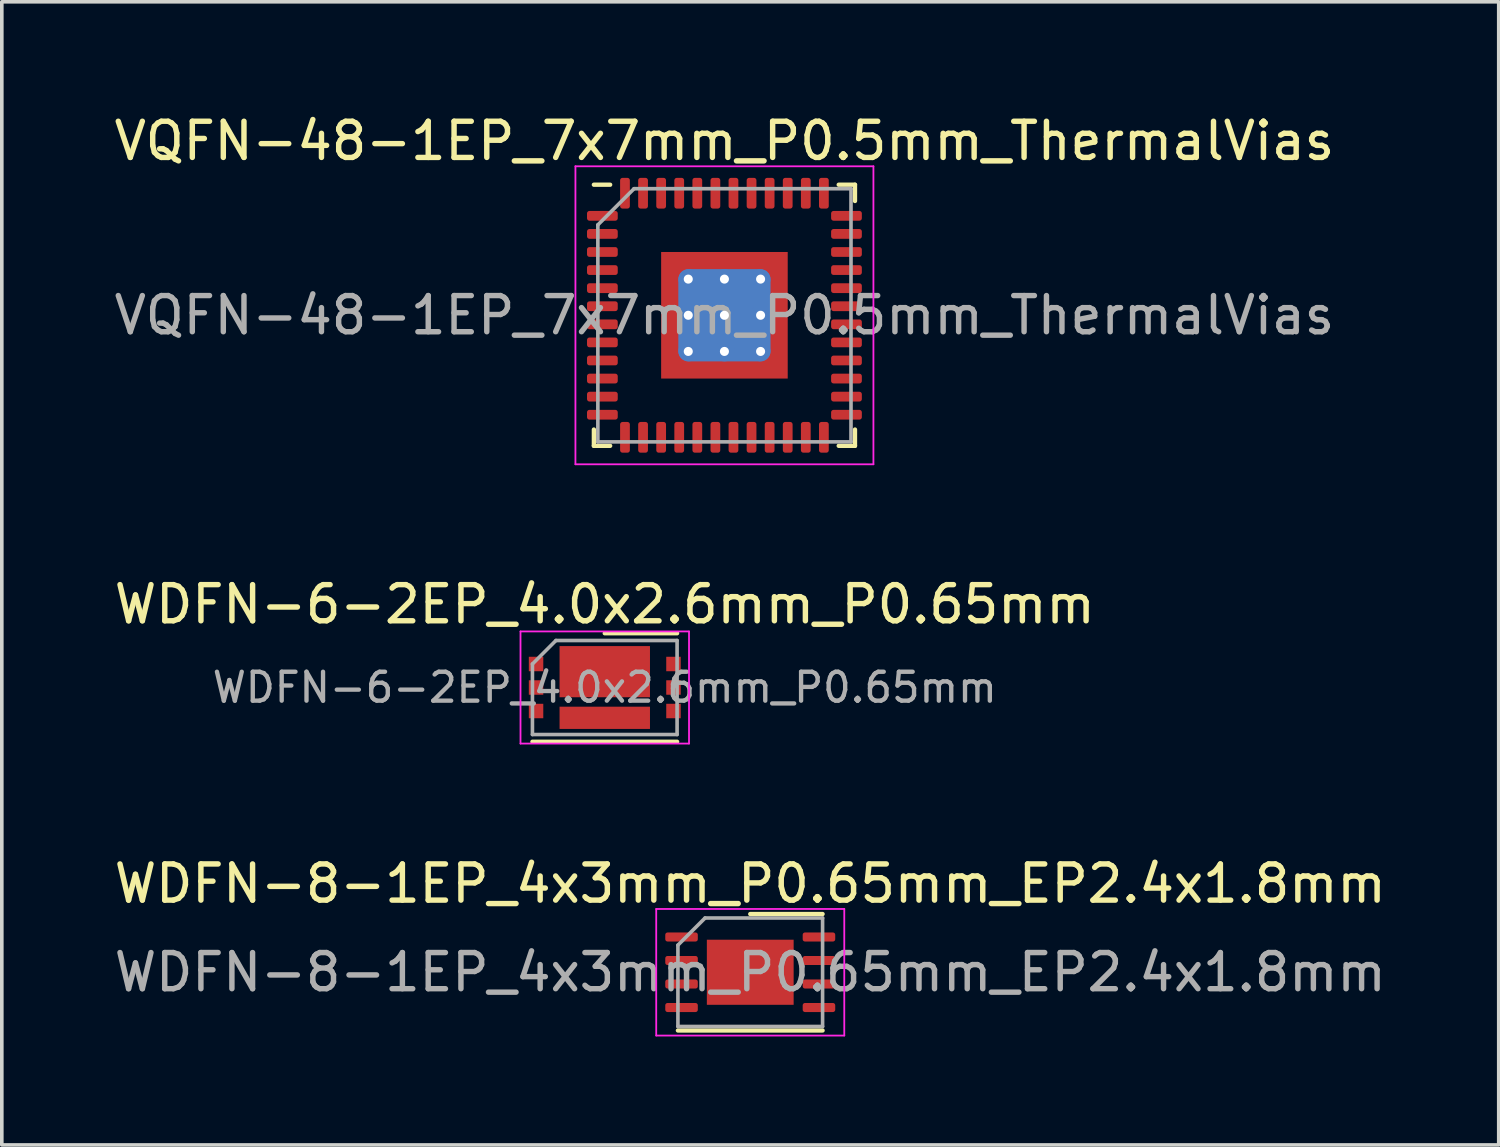
<source format=kicad_pcb>
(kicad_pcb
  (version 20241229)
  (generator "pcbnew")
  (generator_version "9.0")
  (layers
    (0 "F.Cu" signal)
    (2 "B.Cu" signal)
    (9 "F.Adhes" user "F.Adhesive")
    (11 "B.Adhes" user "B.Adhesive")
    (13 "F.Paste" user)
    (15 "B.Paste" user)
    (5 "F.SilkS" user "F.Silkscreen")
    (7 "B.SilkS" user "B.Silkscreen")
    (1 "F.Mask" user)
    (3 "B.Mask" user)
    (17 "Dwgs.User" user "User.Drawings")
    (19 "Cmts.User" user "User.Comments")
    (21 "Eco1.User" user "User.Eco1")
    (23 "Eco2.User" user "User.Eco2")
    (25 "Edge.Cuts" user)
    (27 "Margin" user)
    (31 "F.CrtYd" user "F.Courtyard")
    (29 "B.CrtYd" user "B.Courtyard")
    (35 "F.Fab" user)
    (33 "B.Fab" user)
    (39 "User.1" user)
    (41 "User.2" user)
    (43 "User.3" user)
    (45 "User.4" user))
  (footprint "WDFN-8-1EP_4x3mm_P0.65mm_EP2.4x1.8mm"
    (layer "F.Cu")
    (at 17.696 23.835)
    (property "Reference" "WDFN-8-1EP_4x3mm_P0.65mm_EP2.4x1.8mm" (at 0 -2.45 0) (layer "F.SilkS") (effects (font (size 1 1) (thickness 0.15))))
    (attr smd)
    (fp_line (start -2 1.61) (end 2 1.61) (stroke (width 0.12) (type solid)) (layer "F.SilkS"))
    (fp_line (start 0 -1.61) (end 2 -1.61) (stroke (width 0.12) (type solid)) (layer "F.SilkS"))
    (fp_line (start -2.6 -1.75) (end -2.6 1.75) (stroke (width 0.05) (type solid)) (layer "F.CrtYd"))
    (fp_line (start -2.6 1.75) (end 2.6 1.75) (stroke (width 0.05) (type solid)) (layer "F.CrtYd"))
    (fp_line (start 2.6 -1.75) (end -2.6 -1.75) (stroke (width 0.05) (type solid)) (layer "F.CrtYd"))
    (fp_line (start 2.6 1.75) (end 2.6 -1.75) (stroke (width 0.05) (type solid)) (layer "F.CrtYd"))
    (fp_line (start -2 -0.75) (end -1.25 -1.5) (stroke (width 0.1) (type solid)) (layer "F.Fab"))
    (fp_line (start -2 1.5) (end -2 -0.75) (stroke (width 0.1) (type solid)) (layer "F.Fab"))
    (fp_line (start -1.25 -1.5) (end 2 -1.5) (stroke (width 0.1) (type solid)) (layer "F.Fab"))
    (fp_line (start 2 -1.5) (end 2 1.5) (stroke (width 0.1) (type solid)) (layer "F.Fab"))
    (fp_line (start 2 1.5) (end -2 1.5) (stroke (width 0.1) (type solid)) (layer "F.Fab"))
    (fp_text user "${REFERENCE}" (at 0 0 0) (layer "F.Fab") (effects (font (size 1 1) (thickness 0.15))))
    (pad "" smd roundrect (at -0.6 -0.45) (size 0.97 0.73) (layers "F.Paste") (roundrect_rratio 0.25))
    (pad "" smd roundrect (at -0.6 0.45) (size 0.97 0.73) (layers "F.Paste") (roundrect_rratio 0.25))
    (pad "" smd roundrect (at 0.6 -0.45) (size 0.97 0.73) (layers "F.Paste") (roundrect_rratio 0.25))
    (pad "" smd roundrect (at 0.6 0.45) (size 0.97 0.73) (layers "F.Paste") (roundrect_rratio 0.25))
    (pad "1" smd roundrect (at -1.9 -0.975) (size 0.9 0.25) (layers "F.Cu" "F.Mask" "F.Paste") (roundrect_rratio 0.25))
    (pad "2" smd roundrect (at -1.9 -0.325) (size 0.9 0.25) (layers "F.Cu" "F.Mask" "F.Paste") (roundrect_rratio 0.25))
    (pad "3" smd roundrect (at -1.9 0.325) (size 0.9 0.25) (layers "F.Cu" "F.Mask" "F.Paste") (roundrect_rratio 0.25))
    (pad "4" smd roundrect (at -1.9 0.975) (size 0.9 0.25) (layers "F.Cu" "F.Mask" "F.Paste") (roundrect_rratio 0.25))
    (pad "5" smd roundrect (at 1.9 0.975) (size 0.9 0.25) (layers "F.Cu" "F.Mask" "F.Paste") (roundrect_rratio 0.25))
    (pad "6" smd roundrect (at 1.9 0.325) (size 0.9 0.25) (layers "F.Cu" "F.Mask" "F.Paste") (roundrect_rratio 0.25))
    (pad "7" smd roundrect (at 1.9 -0.325) (size 0.9 0.25) (layers "F.Cu" "F.Mask" "F.Paste") (roundrect_rratio 0.25))
    (pad "8" smd roundrect (at 1.9 -0.975) (size 0.9 0.25) (layers "F.Cu" "F.Mask" "F.Paste") (roundrect_rratio 0.25))
    (pad "9" smd rect (at 0 0) (size 2.4 1.8) (layers "F.Cu" "F.Mask")))
  (footprint "VQFN-48-1EP_7x7mm_P0.5mm_ThermalVias"
    (layer "F.Cu")
    (at 16.982 5.668)
    (property "Reference" "VQFN-48-1EP_7x7mm_P0.5mm_ThermalVias" (at 0 -4.82 0) (layer "F.SilkS") (effects (font (size 1 1) (thickness 0.15))))
    (attr smd)
    (fp_line (start -3.61 3.61) (end -3.61 3.16) (stroke (width 0.12) (type solid)) (layer "F.SilkS"))
    (fp_line (start -3.16 -3.61) (end -3.61 -3.61) (stroke (width 0.12) (type solid)) (layer "F.SilkS"))
    (fp_line (start -3.16 3.61) (end -3.61 3.61) (stroke (width 0.12) (type solid)) (layer "F.SilkS"))
    (fp_line (start 3.16 -3.61) (end 3.61 -3.61) (stroke (width 0.12) (type solid)) (layer "F.SilkS"))
    (fp_line (start 3.16 3.61) (end 3.61 3.61) (stroke (width 0.12) (type solid)) (layer "F.SilkS"))
    (fp_line (start 3.61 -3.61) (end 3.61 -3.16) (stroke (width 0.12) (type solid)) (layer "F.SilkS"))
    (fp_line (start 3.61 3.61) (end 3.61 3.16) (stroke (width 0.12) (type solid)) (layer "F.SilkS"))
    (fp_line (start -4.12 -4.12) (end -4.12 4.12) (stroke (width 0.05) (type solid)) (layer "F.CrtYd"))
    (fp_line (start -4.12 4.12) (end 4.12 4.12) (stroke (width 0.05) (type solid)) (layer "F.CrtYd"))
    (fp_line (start 4.12 -4.12) (end -4.12 -4.12) (stroke (width 0.05) (type solid)) (layer "F.CrtYd"))
    (fp_line (start 4.12 4.12) (end 4.12 -4.12) (stroke (width 0.05) (type solid)) (layer "F.CrtYd"))
    (fp_line (start -3.5 -2.5) (end -2.5 -3.5) (stroke (width 0.1) (type solid)) (layer "F.Fab"))
    (fp_line (start -3.5 3.5) (end -3.5 -2.5) (stroke (width 0.1) (type solid)) (layer "F.Fab"))
    (fp_line (start -2.5 -3.5) (end 3.5 -3.5) (stroke (width 0.1) (type solid)) (layer "F.Fab"))
    (fp_line (start 3.5 -3.5) (end 3.5 3.5) (stroke (width 0.1) (type solid)) (layer "F.Fab"))
    (fp_line (start 3.5 3.5) (end -3.5 3.5) (stroke (width 0.1) (type solid)) (layer "F.Fab"))
    (fp_text user "${REFERENCE}" (at 0 0 0) (layer "F.Fab") (effects (font (size 1 1) (thickness 0.15))))
    (pad "" smd rect (at -1.5 -1.5) (size 0.45 0.45) (layers "F.Mask" "F.Paste"))
    (pad "" smd rect (at -1.5 -0.5) (size 0.45 0.45) (layers "F.Mask" "F.Paste"))
    (pad "" smd rect (at -1.5 0.5) (size 0.45 0.45) (layers "F.Mask" "F.Paste"))
    (pad "" smd rect (at -1.5 1.5) (size 0.45 0.45) (layers "F.Mask" "F.Paste"))
    (pad "" smd rect (at -0.5 -1.5) (size 0.45 0.45) (layers "F.Mask" "F.Paste"))
    (pad "" smd rect (at -0.5 -0.5) (size 0.45 0.45) (layers "F.Mask" "F.Paste"))
    (pad "" smd rect (at -0.5 0.5) (size 0.45 0.45) (layers "F.Mask" "F.Paste"))
    (pad "" smd rect (at -0.5 1.5) (size 0.45 0.45) (layers "F.Mask" "F.Paste"))
    (pad "" smd rect (at 0.5 -1.5) (size 0.45 0.45) (layers "F.Mask" "F.Paste"))
    (pad "" smd rect (at 0.5 -0.5) (size 0.45 0.45) (layers "F.Mask" "F.Paste"))
    (pad "" smd rect (at 0.5 0.5) (size 0.45 0.45) (layers "F.Mask" "F.Paste"))
    (pad "" smd rect (at 0.5 1.5) (size 0.45 0.45) (layers "F.Mask" "F.Paste"))
    (pad "" smd rect (at 1.5 -1.5) (size 0.45 0.45) (layers "F.Mask" "F.Paste"))
    (pad "" smd rect (at 1.5 -0.5) (size 0.45 0.45) (layers "F.Mask" "F.Paste"))
    (pad "" smd rect (at 1.5 0.5) (size 0.45 0.45) (layers "F.Mask" "F.Paste"))
    (pad "" smd rect (at 1.5 1.5) (size 0.45 0.45) (layers "F.Mask" "F.Paste"))
    (pad "1" smd roundrect (at -3.375 -2.75) (size 0.85 0.27) (layers "F.Cu" "F.Mask" "F.Paste") (roundrect_rratio 0.25))
    (pad "2" smd roundrect (at -3.375 -2.25) (size 0.85 0.27) (layers "F.Cu" "F.Mask" "F.Paste") (roundrect_rratio 0.25))
    (pad "3" smd roundrect (at -3.375 -1.75) (size 0.85 0.27) (layers "F.Cu" "F.Mask" "F.Paste") (roundrect_rratio 0.25))
    (pad "4" smd roundrect (at -3.375 -1.25) (size 0.85 0.27) (layers "F.Cu" "F.Mask" "F.Paste") (roundrect_rratio 0.25))
    (pad "5" smd roundrect (at -3.375 -0.75) (size 0.85 0.27) (layers "F.Cu" "F.Mask" "F.Paste") (roundrect_rratio 0.25))
    (pad "6" smd roundrect (at -3.375 -0.25) (size 0.85 0.27) (layers "F.Cu" "F.Mask" "F.Paste") (roundrect_rratio 0.25))
    (pad "7" smd roundrect (at -3.375 0.25) (size 0.85 0.27) (layers "F.Cu" "F.Mask" "F.Paste") (roundrect_rratio 0.25))
    (pad "8" smd roundrect (at -3.375 0.75) (size 0.85 0.27) (layers "F.Cu" "F.Mask" "F.Paste") (roundrect_rratio 0.25))
    (pad "9" smd roundrect (at -3.375 1.25) (size 0.85 0.27) (layers "F.Cu" "F.Mask" "F.Paste") (roundrect_rratio 0.25))
    (pad "10" smd roundrect (at -3.375 1.75) (size 0.85 0.27) (layers "F.Cu" "F.Mask" "F.Paste") (roundrect_rratio 0.25))
    (pad "11" smd roundrect (at -3.375 2.25) (size 0.85 0.27) (layers "F.Cu" "F.Mask" "F.Paste") (roundrect_rratio 0.25))
    (pad "12" smd roundrect (at -3.375 2.75) (size 0.85 0.27) (layers "F.Cu" "F.Mask" "F.Paste") (roundrect_rratio 0.25))
    (pad "13" smd roundrect (at -2.75 3.375) (size 0.27 0.85) (layers "F.Cu" "F.Mask" "F.Paste") (roundrect_rratio 0.25))
    (pad "14" smd roundrect (at -2.25 3.375) (size 0.27 0.85) (layers "F.Cu" "F.Mask" "F.Paste") (roundrect_rratio 0.25))
    (pad "15" smd roundrect (at -1.75 3.375) (size 0.27 0.85) (layers "F.Cu" "F.Mask" "F.Paste") (roundrect_rratio 0.25))
    (pad "16" smd roundrect (at -1.25 3.375) (size 0.27 0.85) (layers "F.Cu" "F.Mask" "F.Paste") (roundrect_rratio 0.25))
    (pad "17" smd roundrect (at -0.75 3.375) (size 0.27 0.85) (layers "F.Cu" "F.Mask" "F.Paste") (roundrect_rratio 0.25))
    (pad "18" smd roundrect (at -0.25 3.375) (size 0.27 0.85) (layers "F.Cu" "F.Mask" "F.Paste") (roundrect_rratio 0.25))
    (pad "19" smd roundrect (at 0.25 3.375) (size 0.27 0.85) (layers "F.Cu" "F.Mask" "F.Paste") (roundrect_rratio 0.25))
    (pad "20" smd roundrect (at 0.75 3.375) (size 0.27 0.85) (layers "F.Cu" "F.Mask" "F.Paste") (roundrect_rratio 0.25))
    (pad "21" smd roundrect (at 1.25 3.375) (size 0.27 0.85) (layers "F.Cu" "F.Mask" "F.Paste") (roundrect_rratio 0.25))
    (pad "22" smd roundrect (at 1.75 3.375) (size 0.27 0.85) (layers "F.Cu" "F.Mask" "F.Paste") (roundrect_rratio 0.25))
    (pad "23" smd roundrect (at 2.25 3.375) (size 0.27 0.85) (layers "F.Cu" "F.Mask" "F.Paste") (roundrect_rratio 0.25))
    (pad "24" smd roundrect (at 2.75 3.375) (size 0.27 0.85) (layers "F.Cu" "F.Mask" "F.Paste") (roundrect_rratio 0.25))
    (pad "25" smd roundrect (at 3.375 2.75) (size 0.85 0.27) (layers "F.Cu" "F.Mask" "F.Paste") (roundrect_rratio 0.25))
    (pad "26" smd roundrect (at 3.375 2.25) (size 0.85 0.27) (layers "F.Cu" "F.Mask" "F.Paste") (roundrect_rratio 0.25))
    (pad "27" smd roundrect (at 3.375 1.75) (size 0.85 0.27) (layers "F.Cu" "F.Mask" "F.Paste") (roundrect_rratio 0.25))
    (pad "28" smd roundrect (at 3.375 1.25) (size 0.85 0.27) (layers "F.Cu" "F.Mask" "F.Paste") (roundrect_rratio 0.25))
    (pad "29" smd roundrect (at 3.375 0.75) (size 0.85 0.27) (layers "F.Cu" "F.Mask" "F.Paste") (roundrect_rratio 0.25))
    (pad "30" smd roundrect (at 3.375 0.25) (size 0.85 0.27) (layers "F.Cu" "F.Mask" "F.Paste") (roundrect_rratio 0.25))
    (pad "31" smd roundrect (at 3.375 -0.25) (size 0.85 0.27) (layers "F.Cu" "F.Mask" "F.Paste") (roundrect_rratio 0.25))
    (pad "32" smd roundrect (at 3.375 -0.75) (size 0.85 0.27) (layers "F.Cu" "F.Mask" "F.Paste") (roundrect_rratio 0.25))
    (pad "33" smd roundrect (at 3.375 -1.25) (size 0.85 0.27) (layers "F.Cu" "F.Mask" "F.Paste") (roundrect_rratio 0.25))
    (pad "34" smd roundrect (at 3.375 -1.75) (size 0.85 0.27) (layers "F.Cu" "F.Mask" "F.Paste") (roundrect_rratio 0.25))
    (pad "35" smd roundrect (at 3.375 -2.25) (size 0.85 0.27) (layers "F.Cu" "F.Mask" "F.Paste") (roundrect_rratio 0.25))
    (pad "36" smd roundrect (at 3.375 -2.75) (size 0.85 0.27) (layers "F.Cu" "F.Mask" "F.Paste") (roundrect_rratio 0.25))
    (pad "37" smd roundrect (at 2.75 -3.375) (size 0.27 0.85) (layers "F.Cu" "F.Mask" "F.Paste") (roundrect_rratio 0.25))
    (pad "38" smd roundrect (at 2.25 -3.375) (size 0.27 0.85) (layers "F.Cu" "F.Mask" "F.Paste") (roundrect_rratio 0.25))
    (pad "39" smd roundrect (at 1.75 -3.375) (size 0.27 0.85) (layers "F.Cu" "F.Mask" "F.Paste") (roundrect_rratio 0.25))
    (pad "40" smd roundrect (at 1.25 -3.375) (size 0.27 0.85) (layers "F.Cu" "F.Mask" "F.Paste") (roundrect_rratio 0.25))
    (pad "41" smd roundrect (at 0.75 -3.375) (size 0.27 0.85) (layers "F.Cu" "F.Mask" "F.Paste") (roundrect_rratio 0.25))
    (pad "42" smd roundrect (at 0.25 -3.375) (size 0.27 0.85) (layers "F.Cu" "F.Mask" "F.Paste") (roundrect_rratio 0.25))
    (pad "43" smd roundrect (at -0.25 -3.375) (size 0.27 0.85) (layers "F.Cu" "F.Mask" "F.Paste") (roundrect_rratio 0.25))
    (pad "44" smd roundrect (at -0.75 -3.375) (size 0.27 0.85) (layers "F.Cu" "F.Mask" "F.Paste") (roundrect_rratio 0.25))
    (pad "45" smd roundrect (at -1.25 -3.375) (size 0.27 0.85) (layers "F.Cu" "F.Mask" "F.Paste") (roundrect_rratio 0.25))
    (pad "46" smd roundrect (at -1.75 -3.375) (size 0.27 0.85) (layers "F.Cu" "F.Mask" "F.Paste") (roundrect_rratio 0.25))
    (pad "47" smd roundrect (at -2.25 -3.375) (size 0.27 0.85) (layers "F.Cu" "F.Mask" "F.Paste") (roundrect_rratio 0.25))
    (pad "48" smd roundrect (at -2.75 -3.375) (size 0.27 0.85) (layers "F.Cu" "F.Mask" "F.Paste") (roundrect_rratio 0.25))
    (pad "49" thru_hole circle (at -1 -1) (size 0.55 0.55) (drill 0.25) (layers "*.Cu"))
    (pad "49" thru_hole circle (at -1 0) (size 0.55 0.55) (drill 0.25) (layers "*.Cu"))
    (pad "49" thru_hole circle (at -1 1) (size 0.55 0.55) (drill 0.25) (layers "*.Cu"))
    (pad "49" thru_hole circle (at 0 -1) (size 0.55 0.55) (drill 0.25) (layers "*.Cu"))
    (pad "49" thru_hole circle (at 0 0) (size 0.55 0.55) (drill 0.25) (layers "*.Cu"))
    (pad "49" smd roundrect (at 0 0) (size 2.55 2.55) (layers "B.Cu") (roundrect_rratio 0.115))
    (pad "49" smd rect (at 0 0) (size 3.5 3.5) (layers "F.Cu"))
    (pad "49" thru_hole circle (at 0 1) (size 0.55 0.55) (drill 0.25) (layers "*.Cu"))
    (pad "49" thru_hole circle (at 1 -1) (size 0.55 0.55) (drill 0.25) (layers "*.Cu"))
    (pad "49" thru_hole circle (at 1 0) (size 0.55 0.55) (drill 0.25) (layers "*.Cu"))
    (pad "49" thru_hole circle (at 1 1) (size 0.55 0.55) (drill 0.25) (layers "*.Cu")))
  (footprint "WDFN-6-2EP_4.0x2.6mm_P0.65mm"
    (layer "F.Cu")
    (at 13.673 15.961)
    (property "Reference" "WDFN-6-2EP_4.0x2.6mm_P0.65mm" (at 0 -2.3 0) (layer "F.SilkS") (effects (font (size 1 1) (thickness 0.15))))
    (attr smd)
    (fp_line (start -2 1.5) (end 2 1.5) (stroke (width 0.12) (type solid)) (layer "F.SilkS"))
    (fp_line (start 2 -1.5) (end 0 -1.5) (stroke (width 0.12) (type solid)) (layer "F.SilkS"))
    (fp_line (start -2.33 -1.55) (end -2.33 1.55) (stroke (width 0.05) (type solid)) (layer "F.CrtYd"))
    (fp_line (start -2.33 1.55) (end 2.33 1.55) (stroke (width 0.05) (type solid)) (layer "F.CrtYd"))
    (fp_line (start 2.33 -1.55) (end -2.33 -1.55) (stroke (width 0.05) (type solid)) (layer "F.CrtYd"))
    (fp_line (start 2.33 1.55) (end 2.33 -1.55) (stroke (width 0.05) (type solid)) (layer "F.CrtYd"))
    (fp_line (start -2 -0.65) (end -2 1.3) (stroke (width 0.1) (type solid)) (layer "F.Fab"))
    (fp_line (start -2 -0.65) (end -1.35 -1.3) (stroke (width 0.1) (type solid)) (layer "F.Fab"))
    (fp_line (start -2 1.3) (end 2 1.3) (stroke (width 0.1) (type solid)) (layer "F.Fab"))
    (fp_line (start 2 -1.3) (end -1.35 -1.3) (stroke (width 0.1) (type solid)) (layer "F.Fab"))
    (fp_line (start 2 1.3) (end 2 -1.3) (stroke (width 0.1) (type solid)) (layer "F.Fab"))
    (fp_text user "${REFERENCE}" (at 0 0 0) (layer "F.Fab") (effects (font (size 0.8 0.8) (thickness 0.12))))
    (pad "1" smd rect (at -1.9 -0.65 270) (size 0.4 0.4) (layers "F.Cu" "F.Mask" "F.Paste"))
    (pad "2" smd rect (at -1.9 0 270) (size 0.4 0.4) (layers "F.Cu" "F.Mask" "F.Paste"))
    (pad "3" smd rect (at -1.9 0.65 270) (size 0.4 0.4) (layers "F.Cu" "F.Mask" "F.Paste"))
    (pad "4" smd rect (at 1.9 0.65 270) (size 0.4 0.4) (layers "F.Cu" "F.Mask" "F.Paste"))
    (pad "5" smd rect (at 1.9 0 270) (size 0.4 0.4) (layers "F.Cu" "F.Mask" "F.Paste"))
    (pad "6" smd rect (at 1.9 -0.65 270) (size 0.4 0.4) (layers "F.Cu" "F.Mask" "F.Paste"))
    (pad "7" smd rect (at 0 -0.438 270) (size 1.415 2.5) (layers "F.Cu" "F.Mask" "F.Paste"))
    (pad "8" smd rect (at 0 0.838 270) (size 0.615 2.5) (layers "F.Cu" "F.Mask" "F.Paste")))
  (gr_rect
    (start -3 -3)
    (end 38.393 28.61)
    (stroke (width 0.1) (type default))
    (fill no)
    (layer "Edge.Cuts")))
</source>
